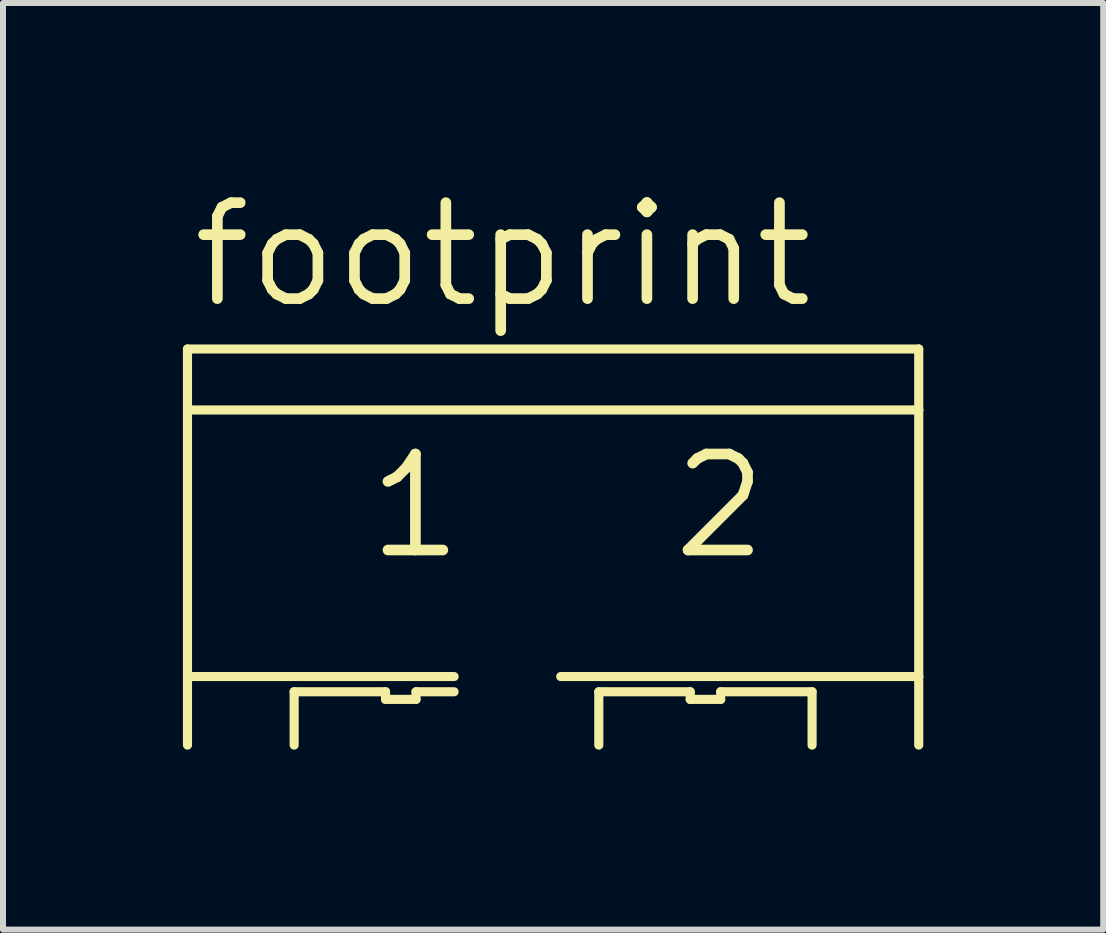
<source format=kicad_pcb>
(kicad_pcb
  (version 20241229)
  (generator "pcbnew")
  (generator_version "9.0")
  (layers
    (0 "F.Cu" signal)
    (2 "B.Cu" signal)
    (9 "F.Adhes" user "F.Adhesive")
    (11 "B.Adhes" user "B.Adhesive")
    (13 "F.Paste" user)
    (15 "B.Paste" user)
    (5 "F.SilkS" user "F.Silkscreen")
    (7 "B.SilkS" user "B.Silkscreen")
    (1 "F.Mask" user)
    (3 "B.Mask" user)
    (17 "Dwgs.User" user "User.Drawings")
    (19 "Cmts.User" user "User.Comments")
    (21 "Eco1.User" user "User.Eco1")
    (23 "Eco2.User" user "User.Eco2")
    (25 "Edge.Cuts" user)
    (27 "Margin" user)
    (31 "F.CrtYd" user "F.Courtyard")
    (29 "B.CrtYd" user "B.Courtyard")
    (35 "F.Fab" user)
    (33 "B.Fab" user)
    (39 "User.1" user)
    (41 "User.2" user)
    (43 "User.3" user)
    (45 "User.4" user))
  (footprint "footprint"
    (layer "F.Cu")
    (at 6.172 6.325)
    (property "Reference" "footprint" (at -6.096 -4.191 0) (layer "F.SilkS") (effects (font (size 1.6 1.6) (thickness 0.178)) (justify left bottom)))
    (fp_line (start -6.096 -3.556) (end 6.096 -3.556) (stroke (width 0.152) (type solid)) (layer "F.SilkS"))
    (fp_line (start -6.096 -2.54) (end -6.096 -3.556) (stroke (width 0.152) (type solid)) (layer "F.SilkS"))
    (fp_line (start -6.096 -2.54) (end 6.096 -2.54) (stroke (width 0.152) (type solid)) (layer "F.SilkS"))
    (fp_line (start -6.096 1.905) (end -6.096 -2.54) (stroke (width 0.152) (type solid)) (layer "F.SilkS"))
    (fp_line (start -6.096 1.905) (end -1.651 1.905) (stroke (width 0.152) (type solid)) (layer "F.SilkS"))
    (fp_line (start -6.096 3.048) (end -6.096 1.905) (stroke (width 0.152) (type solid)) (layer "F.SilkS"))
    (fp_line (start -4.318 2.159) (end -2.794 2.159) (stroke (width 0.152) (type solid)) (layer "F.SilkS"))
    (fp_line (start -4.318 3.048) (end -4.318 2.159) (stroke (width 0.152) (type solid)) (layer "F.SilkS"))
    (fp_line (start -2.794 2.159) (end -2.794 2.286) (stroke (width 0.152) (type solid)) (layer "F.SilkS"))
    (fp_line (start -2.794 2.286) (end -2.286 2.286) (stroke (width 0.152) (type solid)) (layer "F.SilkS"))
    (fp_line (start -2.286 2.159) (end -1.651 2.159) (stroke (width 0.152) (type solid)) (layer "F.SilkS"))
    (fp_line (start -2.286 2.286) (end -2.286 2.159) (stroke (width 0.152) (type solid)) (layer "F.SilkS"))
    (fp_line (start 0.127 1.905) (end 6.096 1.905) (stroke (width 0.152) (type solid)) (layer "F.SilkS"))
    (fp_line (start 0.762 2.159) (end 2.286 2.159) (stroke (width 0.152) (type solid)) (layer "F.SilkS"))
    (fp_line (start 0.762 3.048) (end 0.762 2.159) (stroke (width 0.152) (type solid)) (layer "F.SilkS"))
    (fp_line (start 2.286 2.159) (end 2.286 2.286) (stroke (width 0.152) (type solid)) (layer "F.SilkS"))
    (fp_line (start 2.286 2.286) (end 2.794 2.286) (stroke (width 0.152) (type solid)) (layer "F.SilkS"))
    (fp_line (start 2.794 2.159) (end 4.318 2.159) (stroke (width 0.152) (type solid)) (layer "F.SilkS"))
    (fp_line (start 2.794 2.286) (end 2.794 2.159) (stroke (width 0.152) (type solid)) (layer "F.SilkS"))
    (fp_line (start 4.318 2.159) (end 4.318 3.048) (stroke (width 0.152) (type solid)) (layer "F.SilkS"))
    (fp_line (start 6.096 -2.54) (end 6.096 -3.556) (stroke (width 0.152) (type solid)) (layer "F.SilkS"))
    (fp_line (start 6.096 1.905) (end 6.096 -2.54) (stroke (width 0.152) (type solid)) (layer "F.SilkS"))
    (fp_line (start 6.096 3.048) (end 6.096 1.905) (stroke (width 0.152) (type solid)) (layer "F.SilkS"))
    (fp_text user "2" (at 1.905 0 0) (layer "F.SilkS") (effects (font (size 1.6 1.6) (thickness 0.178)) (justify left bottom)))
    (fp_text user "1" (at -3.175 0 0) (layer "F.SilkS") (effects (font (size 1.6 1.6) (thickness 0.178)) (justify left bottom))))
  (gr_rect
    (start -3 -3)
    (end 15.344 12.449)
    (stroke (width 0.1) (type default))
    (fill no)
    (layer "Edge.Cuts")))
</source>
